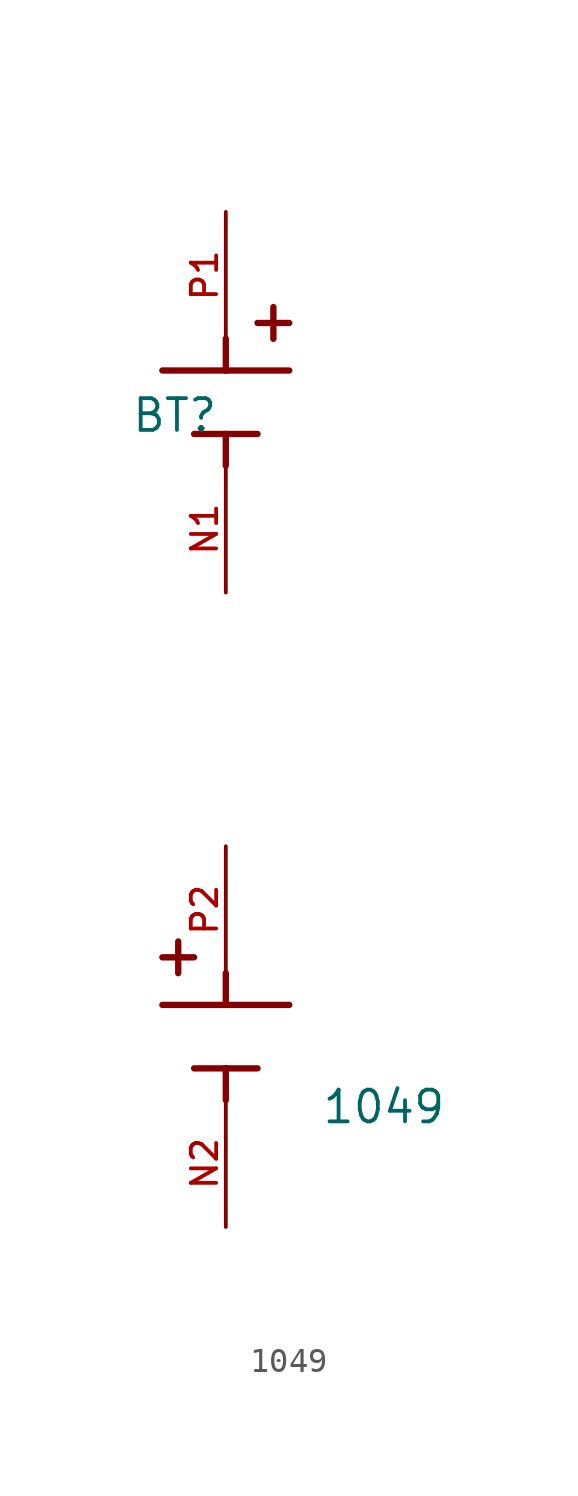
<source format=kicad_sym>
(kicad_symbol_lib
  (version 20231120)
  (generator "kicad_symbol_editor")
  (generator_version "8.0")
  (symbol "1049"
    (pin_names
      (offset 1.016))
    (property "Reference" "BT"
      (at -3.81 8.89 0)
      (effects (font (size 1.27 1.27)) (justify left bottom)))
    (property "Value" "1049"
      (at 3.81 -18.796 0)
      (effects (font (size 1.27 1.27)) (justify left bottom)))
    (symbol "1049_0_0"
      (polyline (pts (xy -1.905 -11.43) (xy -1.905 -12.7)) (stroke (width 0.254) (type default)) (fill (type none)))
      (polyline (pts (xy -1.27 -12.065) (xy -2.54 -12.065)) (stroke (width 0.254) (type default)) (fill (type none)))
      (polyline (pts (xy 0 -16.51) (xy -1.27 -16.51)) (stroke (width 0.254) (type default)) (fill (type none)))
      (polyline (pts (xy 0 -16.51) (xy 0 -17.78)) (stroke (width 0.254) (type default)) (fill (type none)))
      (polyline (pts (xy 0 -13.97) (xy -2.54 -13.97)) (stroke (width 0.254) (type default)) (fill (type none)))
      (polyline (pts (xy 0 -13.97) (xy 0 -12.7)) (stroke (width 0.254) (type default)) (fill (type none)))
      (polyline (pts (xy 0 8.89) (xy -1.27 8.89)) (stroke (width 0.254) (type default)) (fill (type none)))
      (polyline (pts (xy 0 8.89) (xy 0 7.62)) (stroke (width 0.254) (type default)) (fill (type none)))
      (polyline (pts (xy 0 11.43) (xy -2.54 11.43)) (stroke (width 0.254) (type default)) (fill (type none)))
      (polyline (pts (xy 0 11.43) (xy 0 12.7)) (stroke (width 0.254) (type default)) (fill (type none)))
      (polyline (pts (xy 1.27 -16.51) (xy 0 -16.51)) (stroke (width 0.254) (type default)) (fill (type none)))
      (polyline (pts (xy 1.27 8.89) (xy 0 8.89)) (stroke (width 0.254) (type default)) (fill (type none)))
      (polyline (pts (xy 1.905 13.97) (xy 1.905 12.7)) (stroke (width 0.254) (type default)) (fill (type none)))
      (polyline (pts (xy 2.54 -13.97) (xy 0 -13.97)) (stroke (width 0.254) (type default)) (fill (type none)))
      (polyline (pts (xy 2.54 11.43) (xy 0 11.43)) (stroke (width 0.254) (type default)) (fill (type none)))
      (polyline (pts (xy 2.54 13.335) (xy 1.27 13.335)) (stroke (width 0.254) (type default)) (fill (type none)))
      (pin passive line (at 0 2.54 90) (length 5.08) (name "~" (effects (font (size 1.016 1.016)))) (number "N1" (effects (font (size 1.016 1.016)))))
      (pin passive line (at 0 -22.86 90) (length 5.08) (name "~" (effects (font (size 1.016 1.016)))) (number "N2" (effects (font (size 1.016 1.016)))))
      (pin passive line (at 0 17.78 270) (length 5.08) (name "~" (effects (font (size 1.016 1.016)))) (number "P1" (effects (font (size 1.016 1.016)))))
      (pin passive line (at 0 -7.62 270) (length 5.08) (name "~" (effects (font (size 1.016 1.016)))) (number "P2" (effects (font (size 1.016 1.016))))))))
</source>
